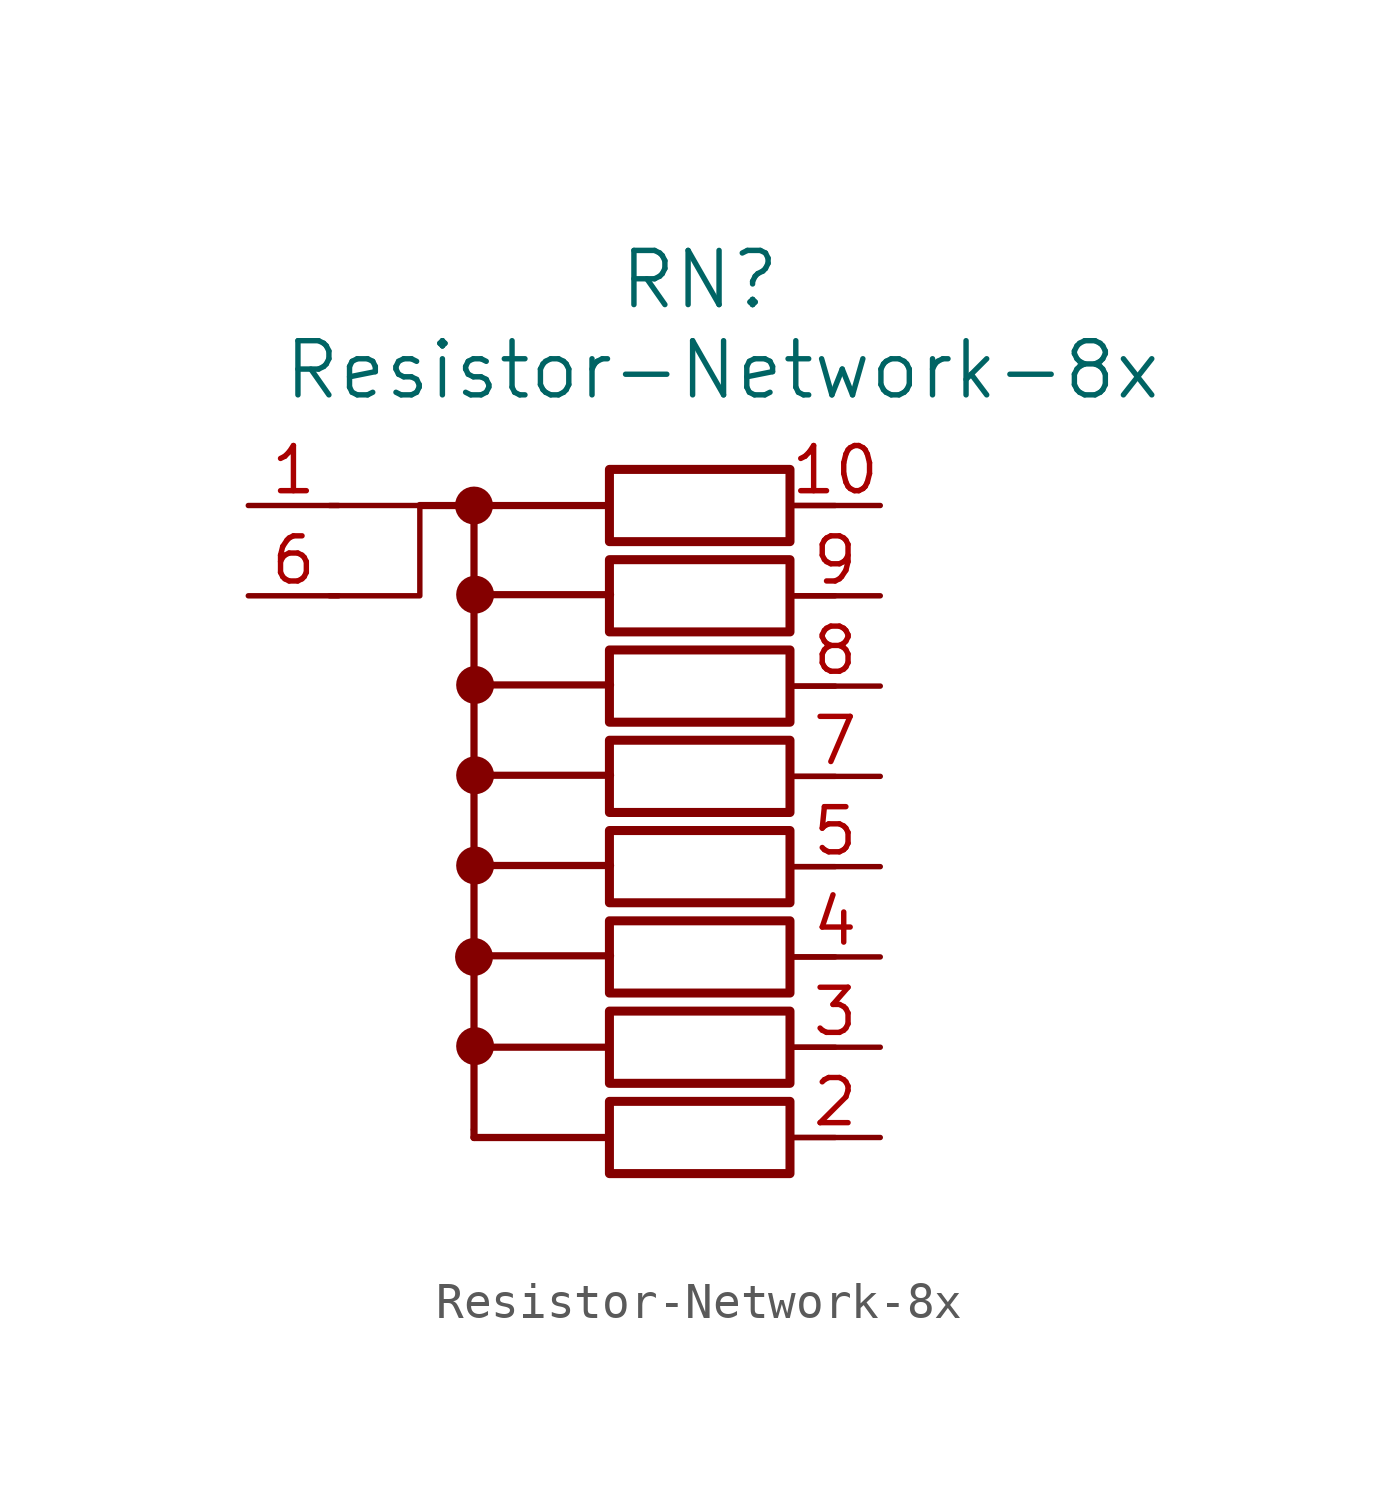
<source format=kicad_sym>
(kicad_symbol_lib
  (version 20211014)
  (generator kicad_symbol_editor)
  (symbol "Resistor-Network-8x"
    (pin_names
      (offset 0.254))
    (property "Reference" "RN"
      (at 0 14.605 0)
      (effects (font (size 1.524 1.524))))
    (property "Value" "Resistor-Network-8x"
      (at 0.635 12.065 0)
      (effects (font (size 1.524 1.524))))
    (symbol "Resistor-Network-8x_0_1"
      (arc (start -6.3813 -9.3025) (mid -6.3813 -9.3025) (end -6.3813 -9.3025) (stroke (width 0.127) (type default) (color 0 0 0 0)) (fill (type none)))
      (circle (center -6.359 -4.32) (radius 0.127) (stroke (width 0.127) (type default) (color 0 0 0 0)) (fill (type none)))
      (circle (center -6.359 8.253) (radius 0.127) (stroke (width 0.127) (type default) (color 0 0 0 0)) (fill (type none)))
      (arc (start -6.35 -6.731) (mid -6.35 -6.731) (end -6.35 -6.731) (stroke (width 0.127) (type default) (color 0 0 0 0)) (fill (type none)))
      (circle (center -6.35 -4.445) (radius 0.381) (stroke (width 0.305) (type default) (color 0 0 0 0)) (fill (type outline)))
      (circle (center -6.35 -4.329) (radius 0.203) (stroke (width 0.127) (type default) (color 0 0 0 0)) (fill (type none)))
      (arc (start -6.35 -4.191) (mid -6.35 -4.191) (end -6.35 -4.191) (stroke (width 0.127) (type default) (color 0 0 0 0)) (fill (type none)))
      (arc (start -6.35 -1.651) (mid -6.35 -1.651) (end -6.35 -1.651) (stroke (width 0.127) (type default) (color 0 0 0 0)) (fill (type none)))
      (arc (start -6.35 0.889) (mid -6.35 0.889) (end -6.35 0.889) (stroke (width 0.127) (type default) (color 0 0 0 0)) (fill (type none)))
      (arc (start -6.35 3.429) (mid -6.35 3.429) (end -6.35 3.429) (stroke (width 0.127) (type default) (color 0 0 0 0)) (fill (type none)))
      (arc (start -6.35 5.969) (mid -6.35 5.969) (end -6.35 5.969) (stroke (width 0.127) (type default) (color 0 0 0 0)) (fill (type none)))
      (circle (center -6.35 8.244) (radius 0.203) (stroke (width 0.127) (type default) (color 0 0 0 0)) (fill (type none)))
      (circle (center -6.35 8.255) (radius 0.381) (stroke (width 0.305) (type default) (color 0 0 0 0)) (fill (type outline)))
      (circle (center -6.319 -6.954) (radius 0.381) (stroke (width 0.305) (type default) (color 0 0 0 0)) (fill (type outline)))
      (circle (center -6.319 -1.873) (radius 0.381) (stroke (width 0.305) (type default) (color 0 0 0 0)) (fill (type outline)))
      (circle (center -6.319 0.666) (radius 0.381) (stroke (width 0.305) (type default) (color 0 0 0 0)) (fill (type outline)))
      (circle (center -6.319 3.207) (radius 0.381) (stroke (width 0.305) (type default) (color 0 0 0 0)) (fill (type outline)))
      (circle (center -6.319 5.747) (radius 0.381) (stroke (width 0.305) (type default) (color 0 0 0 0)) (fill (type outline)))
      (arc (start -6.3163 8.5772) (mid -6.3163 8.5772) (end -6.3163 8.5772) (stroke (width 0.127) (type default) (color 0 0 0 0)) (fill (type none)))
      (rectangle (start -2.54 -8.509) (end 2.54 -10.541) (stroke (width 0.254) (type default) (color 0 0 0 0)) (fill (type none)))
      (rectangle (start -2.54 -5.969) (end 2.54 -8.001) (stroke (width 0.254) (type default) (color 0 0 0 0)) (fill (type none)))
      (rectangle (start -2.54 -3.429) (end 2.54 -5.461) (stroke (width 0.254) (type default) (color 0 0 0 0)) (fill (type none)))
      (rectangle (start -2.54 -0.889) (end 2.54 -2.921) (stroke (width 0.254) (type default) (color 0 0 0 0)) (fill (type none)))
      (polyline (pts (xy -7.874 8.255) (xy -10.414 8.255)) (stroke (width 0) (type default) (color 0 0 0 0)) (fill (type none)))
      (polyline (pts (xy -7.874 8.255) (xy -6.35 8.255)) (stroke (width 0.203) (type default) (color 0 0 0 0)) (fill (type none)))
      (polyline (pts (xy -6.35 -9.525) (xy -2.54 -9.525)) (stroke (width 0.203) (type default) (color 0 0 0 0)) (fill (type none)))
      (polyline (pts (xy -6.35 -6.985) (xy -2.54 -6.985)) (stroke (width 0.203) (type default) (color 0 0 0 0)) (fill (type none)))
      (polyline (pts (xy -6.35 8.255) (xy -6.35 -9.525)) (stroke (width 0.203) (type default) (color 0 0 0 0)) (fill (type none)))
      (polyline (pts (xy -6.35 8.255) (xy -2.54 8.255)) (stroke (width 0.203) (type default) (color 0 0 0 0)) (fill (type none)))
      (polyline (pts (xy -6.319 -4.413) (xy -2.509 -4.413)) (stroke (width 0.203) (type default) (color 0 0 0 0)) (fill (type none)))
      (polyline (pts (xy -6.319 -1.873) (xy -2.509 -1.873)) (stroke (width 0.203) (type default) (color 0 0 0 0)) (fill (type none)))
      (polyline (pts (xy -6.319 0.666) (xy -2.509 0.666)) (stroke (width 0.203) (type default) (color 0 0 0 0)) (fill (type none)))
      (polyline (pts (xy -6.319 3.207) (xy -2.509 3.207)) (stroke (width 0.203) (type default) (color 0 0 0 0)) (fill (type none)))
      (polyline (pts (xy -6.319 5.747) (xy -2.509 5.747)) (stroke (width 0.203) (type default) (color 0 0 0 0)) (fill (type none)))
      (polyline (pts (xy 3.81 -9.525) (xy 2.54 -9.525)) (stroke (width 0) (type default) (color 0 0 0 0)) (fill (type none)))
      (polyline (pts (xy 3.81 -6.985) (xy 2.54 -6.985)) (stroke (width 0) (type default) (color 0 0 0 0)) (fill (type none)))
      (polyline (pts (xy 3.81 -4.445) (xy 2.54 -4.445)) (stroke (width 0) (type default) (color 0 0 0 0)) (fill (type none)))
      (polyline (pts (xy 3.81 -1.905) (xy 2.54 -1.905)) (stroke (width 0) (type default) (color 0 0 0 0)) (fill (type none)))
      (polyline (pts (xy 3.81 0.635) (xy 2.54 0.635)) (stroke (width 0) (type default) (color 0 0 0 0)) (fill (type none)))
      (polyline (pts (xy 3.81 3.175) (xy 2.54 3.175)) (stroke (width 0) (type default) (color 0 0 0 0)) (fill (type none)))
      (polyline (pts (xy 3.81 5.715) (xy 2.54 5.715)) (stroke (width 0) (type default) (color 0 0 0 0)) (fill (type none)))
      (polyline (pts (xy 3.81 8.255) (xy 2.54 8.255)) (stroke (width 0) (type default) (color 0 0 0 0)) (fill (type none)))
      (polyline (pts (xy -10.414 5.715) (xy -7.874 5.715) (xy -7.874 8.255)) (stroke (width 0) (type default) (color 0 0 0 0)) (fill (type none)))
      (rectangle (start 2.54 -0.381) (end -2.54 1.651) (stroke (width 0.254) (type default) (color 0 0 0 0)) (fill (type none)))
      (rectangle (start 2.54 2.159) (end -2.54 4.191) (stroke (width 0.254) (type default) (color 0 0 0 0)) (fill (type none)))
      (rectangle (start 2.54 4.699) (end -2.54 6.731) (stroke (width 0.254) (type default) (color 0 0 0 0)) (fill (type none)))
      (rectangle (start 2.54 7.239) (end -2.54 9.271) (stroke (width 0.254) (type default) (color 0 0 0 0)) (fill (type none)))
      (pin unspecified line (at -12.7 8.255 0) (length 2.54) (name "" (effects (font (size 1.27 1.27)))) (number "1" (effects (font (size 1.27 1.27)))))
      (pin unspecified line (at 5.08 8.255 180) (length 2.54) (name "" (effects (font (size 1.27 1.27)))) (number "10" (effects (font (size 1.27 1.27)))))
      (pin unspecified line (at 5.08 -9.525 180) (length 2.54) (name "" (effects (font (size 1.27 1.27)))) (number "2" (effects (font (size 1.27 1.27)))))
      (pin unspecified line (at 5.08 -6.985 180) (length 2.54) (name "" (effects (font (size 1.27 1.27)))) (number "3" (effects (font (size 1.27 1.27)))))
      (pin unspecified line (at 5.08 -4.445 180) (length 2.54) (name "" (effects (font (size 1.27 1.27)))) (number "4" (effects (font (size 1.27 1.27)))))
      (pin unspecified line (at 5.08 -1.905 180) (length 2.54) (name "" (effects (font (size 1.27 1.27)))) (number "5" (effects (font (size 1.27 1.27)))))
      (pin unspecified line (at -12.7 5.715 0) (length 2.54) (name "" (effects (font (size 1.27 1.27)))) (number "6" (effects (font (size 1.27 1.27)))))
      (pin unspecified line (at 5.08 0.635 180) (length 2.54) (name "" (effects (font (size 1.27 1.27)))) (number "7" (effects (font (size 1.27 1.27)))))
      (pin unspecified line (at 5.08 3.175 180) (length 2.54) (name "" (effects (font (size 1.27 1.27)))) (number "8" (effects (font (size 1.27 1.27)))))
      (pin unspecified line (at 5.08 5.715 180) (length 2.54) (name "" (effects (font (size 1.27 1.27)))) (number "9" (effects (font (size 1.27 1.27))))))))
</source>
